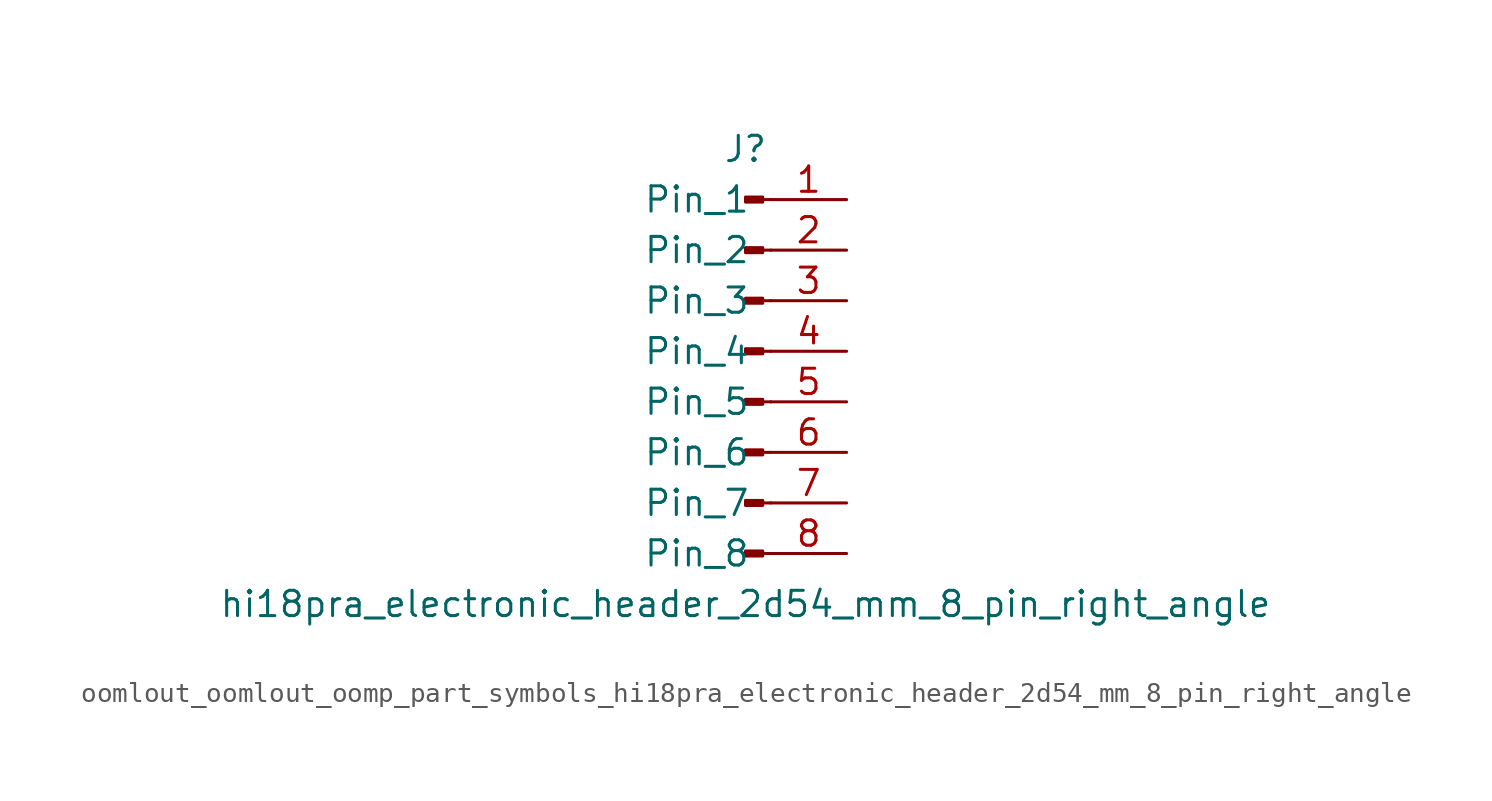
<source format=kicad_sym>
(kicad_symbol_lib
  (version 20220914)
  (generator kicad_symbol_editor)
  (symbol "oomlout_oomlout_oomp_part_symbols_hi18pra_electronic_header_2d54_mm_8_pin_right_angle"
    (pin_names
      (offset 1.016))
    (property "Reference" "J"
      (at 0 10.16 0)
      (effects (font (size 1.27 1.27))))
    (property "Value" "hi18pra_electronic_header_2d54_mm_8_pin_right_angle"
      (at 0 -12.7 0)
      (effects (font (size 1.27 1.27))))
    (property "ki_locked" ""
      (at 0 0 0)
      (effects (font (size 1.27 1.27))))
    (symbol "oomlout_oomlout_oomp_part_symbols_hi18pra_electronic_header_2d54_mm_8_pin_right_angle_1_1"
      (polyline (pts (xy 1.27 -10.16) (xy 0.864 -10.16)) (stroke (width 0.152) (type default)) (fill (type none)))
      (polyline (pts (xy 1.27 -7.62) (xy 0.864 -7.62)) (stroke (width 0.152) (type default)) (fill (type none)))
      (polyline (pts (xy 1.27 -5.08) (xy 0.864 -5.08)) (stroke (width 0.152) (type default)) (fill (type none)))
      (polyline (pts (xy 1.27 -2.54) (xy 0.864 -2.54)) (stroke (width 0.152) (type default)) (fill (type none)))
      (polyline (pts (xy 1.27 0) (xy 0.864 0)) (stroke (width 0.152) (type default)) (fill (type none)))
      (polyline (pts (xy 1.27 2.54) (xy 0.864 2.54)) (stroke (width 0.152) (type default)) (fill (type none)))
      (polyline (pts (xy 1.27 5.08) (xy 0.864 5.08)) (stroke (width 0.152) (type default)) (fill (type none)))
      (polyline (pts (xy 1.27 7.62) (xy 0.864 7.62)) (stroke (width 0.152) (type default)) (fill (type none)))
      (rectangle (start 0.864 -10.033) (end 0 -10.287) (stroke (width 0.152) (type default)) (fill (type outline)))
      (rectangle (start 0.864 -7.493) (end 0 -7.747) (stroke (width 0.152) (type default)) (fill (type outline)))
      (rectangle (start 0.864 -4.953) (end 0 -5.207) (stroke (width 0.152) (type default)) (fill (type outline)))
      (rectangle (start 0.864 -2.413) (end 0 -2.667) (stroke (width 0.152) (type default)) (fill (type outline)))
      (rectangle (start 0.864 0.127) (end 0 -0.127) (stroke (width 0.152) (type default)) (fill (type outline)))
      (rectangle (start 0.864 2.667) (end 0 2.413) (stroke (width 0.152) (type default)) (fill (type outline)))
      (rectangle (start 0.864 5.207) (end 0 4.953) (stroke (width 0.152) (type default)) (fill (type outline)))
      (rectangle (start 0.864 7.747) (end 0 7.493) (stroke (width 0.152) (type default)) (fill (type outline)))
      (pin passive line (at 5.08 7.62 180) (length 3.81) (name "Pin_1" (effects (font (size 1.27 1.27)))) (number "1" (effects (font (size 1.27 1.27)))))
      (pin passive line (at 5.08 5.08 180) (length 3.81) (name "Pin_2" (effects (font (size 1.27 1.27)))) (number "2" (effects (font (size 1.27 1.27)))))
      (pin passive line (at 5.08 2.54 180) (length 3.81) (name "Pin_3" (effects (font (size 1.27 1.27)))) (number "3" (effects (font (size 1.27 1.27)))))
      (pin passive line (at 5.08 0 180) (length 3.81) (name "Pin_4" (effects (font (size 1.27 1.27)))) (number "4" (effects (font (size 1.27 1.27)))))
      (pin passive line (at 5.08 -2.54 180) (length 3.81) (name "Pin_5" (effects (font (size 1.27 1.27)))) (number "5" (effects (font (size 1.27 1.27)))))
      (pin passive line (at 5.08 -5.08 180) (length 3.81) (name "Pin_6" (effects (font (size 1.27 1.27)))) (number "6" (effects (font (size 1.27 1.27)))))
      (pin passive line (at 5.08 -7.62 180) (length 3.81) (name "Pin_7" (effects (font (size 1.27 1.27)))) (number "7" (effects (font (size 1.27 1.27)))))
      (pin passive line (at 5.08 -10.16 180) (length 3.81) (name "Pin_8" (effects (font (size 1.27 1.27)))) (number "8" (effects (font (size 1.27 1.27))))))))
</source>
